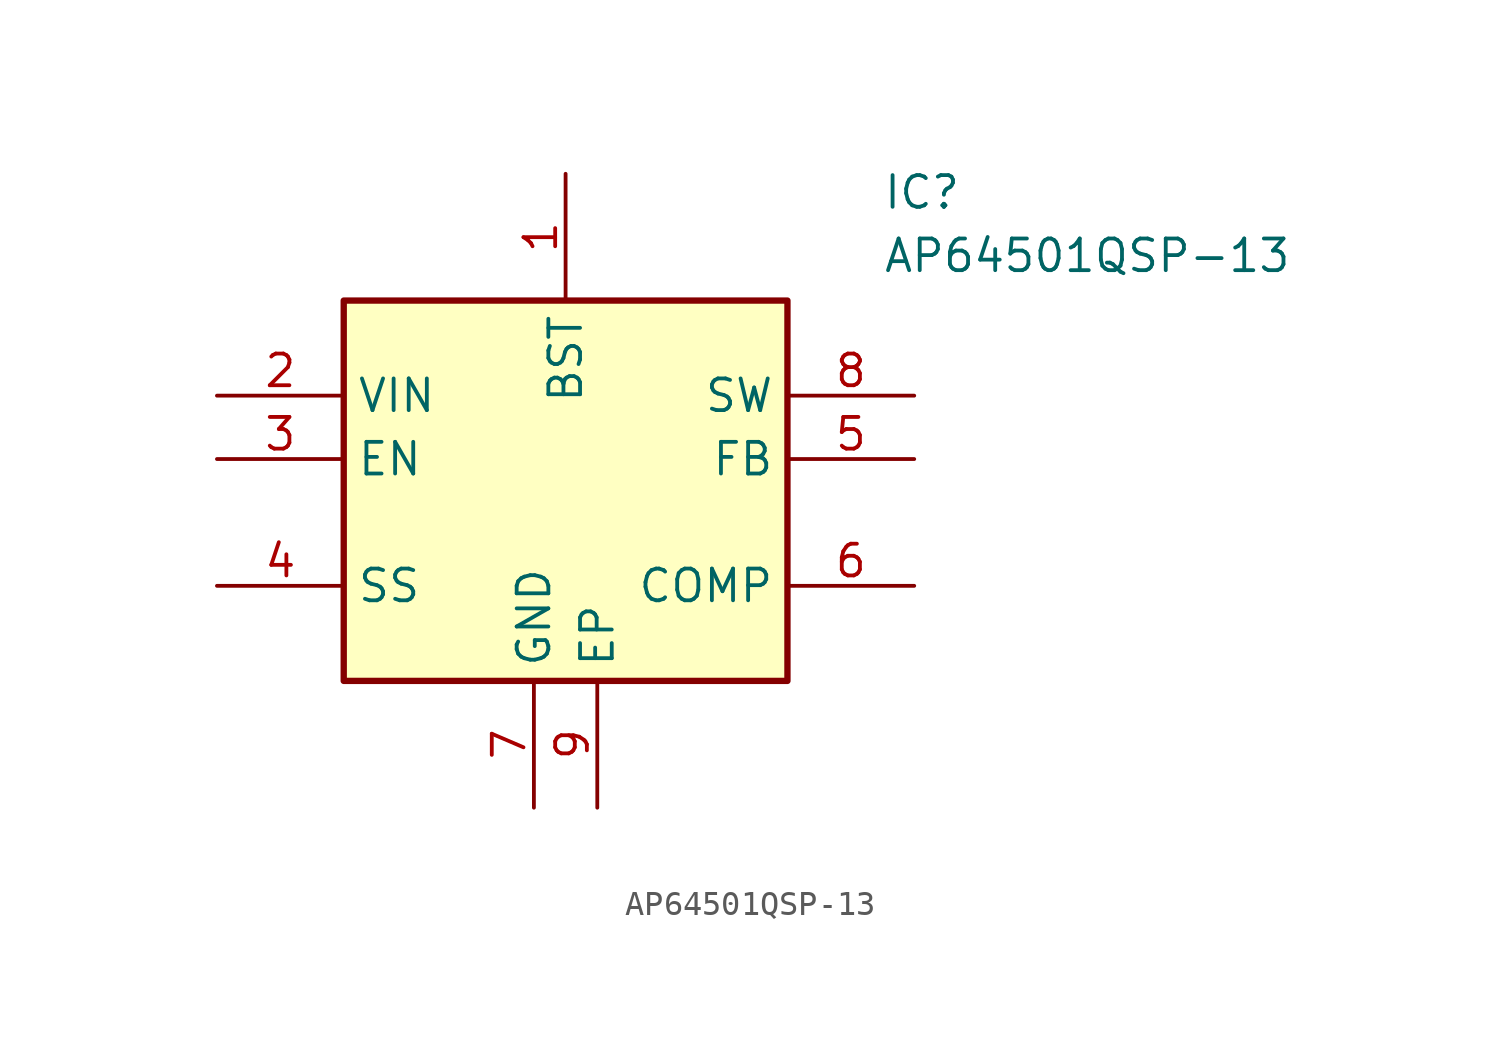
<source format=kicad_sym>
(kicad_symbol_lib
  (version 20231120)
  (generator "kicad_symbol_editor")
  (generator_version "8.0")
  (symbol "AP64501QSP-13"
    (property "Reference" "IC"
      (at 26.67 7.62 0)
      (effects (font (size 1.27 1.27)) (justify left top)))
    (property "Value" "AP64501QSP-13"
      (at 26.67 5.08 0)
      (effects (font (size 1.27 1.27)) (justify left top)))
    (symbol "AP64501QSP-13_1_1"
      (rectangle (start 5.08 2.54) (end 22.86 -12.7) (stroke (width 0.254) (type default)) (fill (type background)))
      (pin input line (at 13.97 7.62 270) (length 5.08) (name "BST" (effects (font (size 1.27 1.27)))) (number "1" (effects (font (size 1.27 1.27)))))
      (pin power_in line (at 0 -1.27 0) (length 5.08) (name "VIN" (effects (font (size 1.27 1.27)))) (number "2" (effects (font (size 1.27 1.27)))))
      (pin input line (at 0 -3.81 0) (length 5.08) (name "EN" (effects (font (size 1.27 1.27)))) (number "3" (effects (font (size 1.27 1.27)))))
      (pin input line (at 0 -8.89 0) (length 5.08) (name "SS" (effects (font (size 1.27 1.27)))) (number "4" (effects (font (size 1.27 1.27)))))
      (pin output line (at 27.94 -3.81 180) (length 5.08) (name "FB" (effects (font (size 1.27 1.27)))) (number "5" (effects (font (size 1.27 1.27)))))
      (pin passive line (at 27.94 -8.89 180) (length 5.08) (name "COMP" (effects (font (size 1.27 1.27)))) (number "6" (effects (font (size 1.27 1.27)))))
      (pin power_in line (at 12.7 -17.78 90) (length 5.08) (name "GND" (effects (font (size 1.27 1.27)))) (number "7" (effects (font (size 1.27 1.27)))))
      (pin power_out line (at 27.94 -1.27 180) (length 5.08) (name "SW" (effects (font (size 1.27 1.27)))) (number "8" (effects (font (size 1.27 1.27)))))
      (pin passive line (at 15.24 -17.78 90) (length 5.08) (name "EP" (effects (font (size 1.27 1.27)))) (number "9" (effects (font (size 1.27 1.27))))))))
</source>
